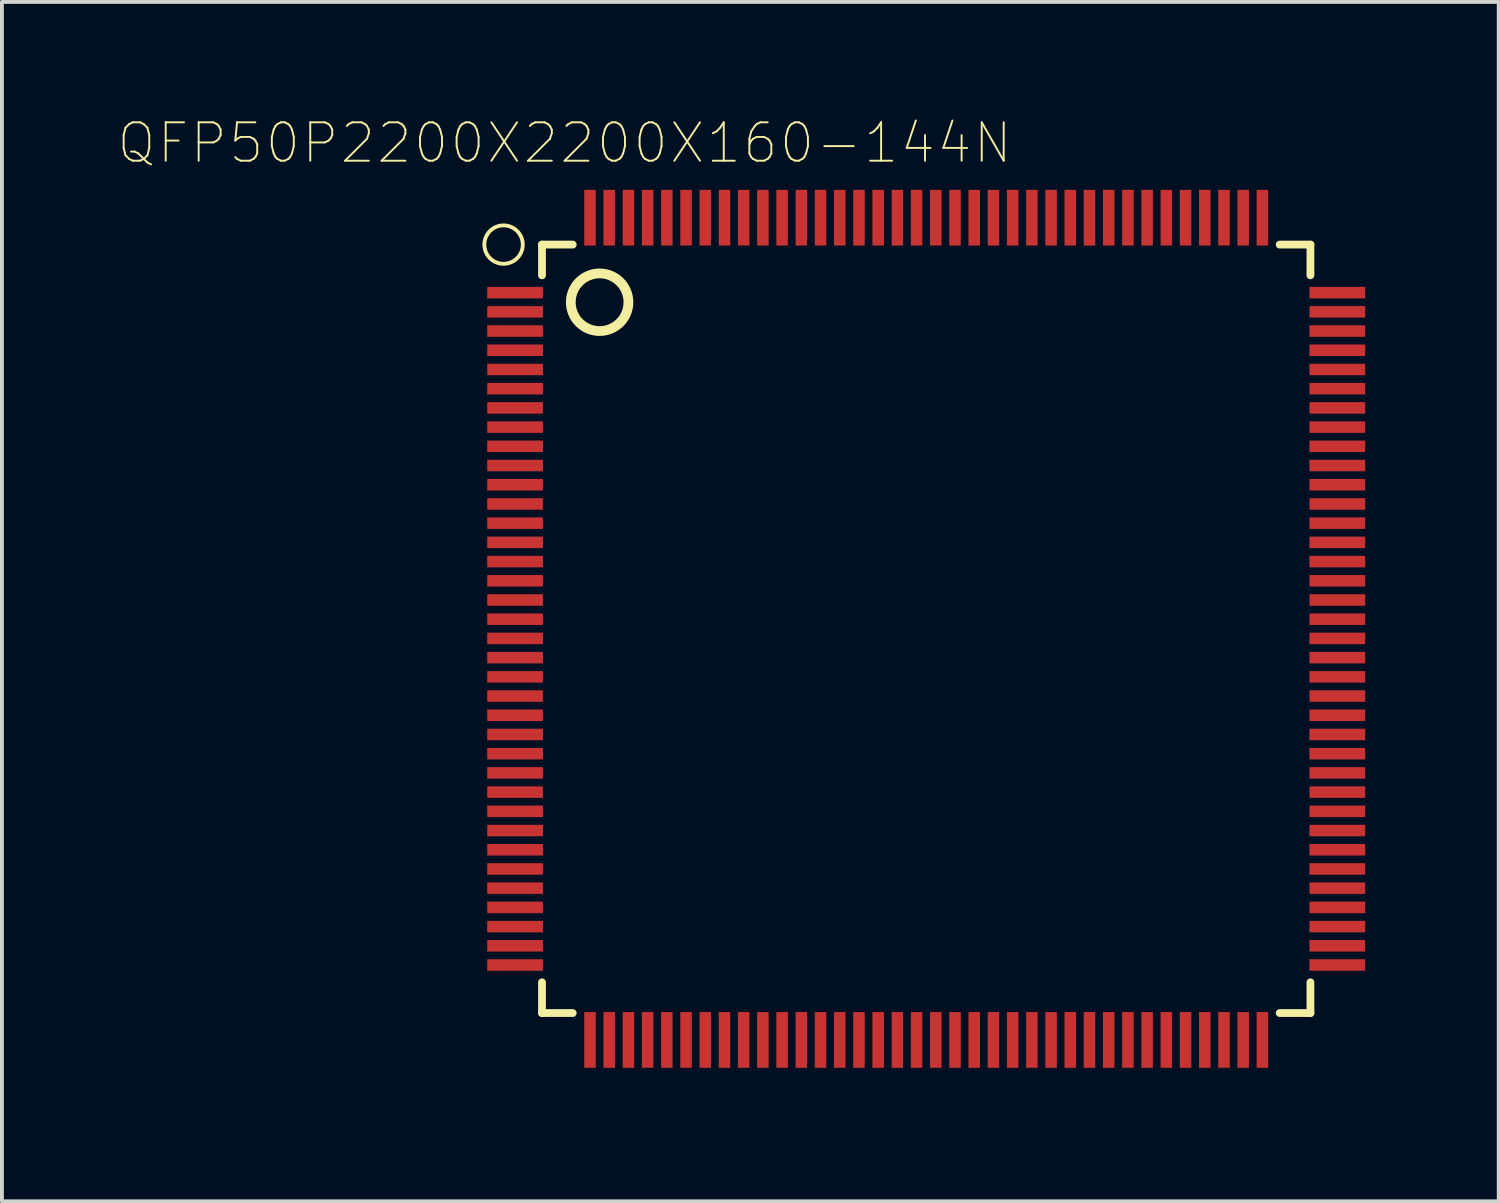
<source format=kicad_pcb>
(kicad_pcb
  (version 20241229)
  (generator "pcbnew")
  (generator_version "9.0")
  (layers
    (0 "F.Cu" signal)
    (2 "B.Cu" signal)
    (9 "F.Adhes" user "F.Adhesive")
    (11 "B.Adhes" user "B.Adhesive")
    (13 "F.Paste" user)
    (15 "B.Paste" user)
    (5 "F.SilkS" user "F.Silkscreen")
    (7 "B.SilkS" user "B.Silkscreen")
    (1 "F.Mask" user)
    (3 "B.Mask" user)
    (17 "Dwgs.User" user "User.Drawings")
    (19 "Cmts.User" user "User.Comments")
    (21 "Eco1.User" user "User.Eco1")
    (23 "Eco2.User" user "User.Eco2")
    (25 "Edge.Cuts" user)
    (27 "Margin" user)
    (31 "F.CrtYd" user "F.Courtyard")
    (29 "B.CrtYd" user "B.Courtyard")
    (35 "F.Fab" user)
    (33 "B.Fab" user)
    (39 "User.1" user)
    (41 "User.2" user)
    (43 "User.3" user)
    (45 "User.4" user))
  (footprint "QFP50P2200X2200X160-144N"
    (layer "F.Cu")
    (at 21.056 13.316)
    (property "Reference" "QFP50P2200X2200X160-144N" (at -9.412 -12.643 0) (layer "F.SilkS") (effects (font (size 1 1) (thickness 0.05))))
    (attr smd)
    (fp_line (start -10 -10) (end -10 -9.2) (stroke (width 0.203) (type solid)) (layer "F.SilkS"))
    (fp_line (start -10 -10) (end -9.2 -10) (stroke (width 0.203) (type solid)) (layer "F.SilkS"))
    (fp_line (start -10 10) (end -10 9.2) (stroke (width 0.203) (type solid)) (layer "F.SilkS"))
    (fp_line (start -10 10) (end -9.2 10) (stroke (width 0.203) (type solid)) (layer "F.SilkS"))
    (fp_line (start 10 -10) (end 9.2 -10) (stroke (width 0.203) (type solid)) (layer "F.SilkS"))
    (fp_line (start 10 -10) (end 10 -9.2) (stroke (width 0.203) (type solid)) (layer "F.SilkS"))
    (fp_line (start 10 10) (end 9.2 10) (stroke (width 0.203) (type solid)) (layer "F.SilkS"))
    (fp_line (start 10 10) (end 10 9.2) (stroke (width 0.203) (type solid)) (layer "F.SilkS"))
    (fp_circle (center -11 -10) (end -10.5 -10) (stroke (width 0.1) (type solid)) (fill no) (layer "F.SilkS"))
    (fp_circle (center -8.5 -8.5) (end -7.75 -8.5) (stroke (width 0.254) (type solid)) (fill no) (layer "F.SilkS"))
    (fp_line (start -11.875 -11.875) (end 11.875 -11.875) (stroke (width 0.05) (type solid)) (layer "Eco1.User"))
    (fp_line (start -11.875 11.875) (end -11.875 -11.875) (stroke (width 0.05) (type solid)) (layer "Eco1.User"))
    (fp_line (start 11.875 -11.875) (end 11.875 11.875) (stroke (width 0.05) (type solid)) (layer "Eco1.User"))
    (fp_line (start 11.875 11.875) (end -11.875 11.875) (stroke (width 0.05) (type solid)) (layer "Eco1.User"))
    (fp_line (start -10 -10) (end -10 10) (stroke (width 0.203) (type solid)) (layer "Eco2.User"))
    (fp_line (start -10 10) (end 10 10) (stroke (width 0.203) (type solid)) (layer "Eco2.User"))
    (fp_line (start 10 -10) (end -10 -10) (stroke (width 0.203) (type solid)) (layer "Eco2.User"))
    (fp_line (start 10 10) (end 10 -10) (stroke (width 0.203) (type solid)) (layer "Eco2.User"))
    (fp_poly (pts (xy -9.967 -7.417) (xy -9.967 -7.096) (xy -10.904 -7.096) (xy -10.904 -7.417)) (stroke (width 0.1) (type solid)) (fill no) (layer "Eco2.User"))
    (fp_poly (pts (xy -9.965 -5.915) (xy -9.965 -5.595) (xy -10.905 -5.595) (xy -10.905 -5.915)) (stroke (width 0.1) (type solid)) (fill no) (layer "Eco2.User"))
    (fp_poly (pts (xy -9.963 -8.913) (xy -9.963 -8.598) (xy -10.902 -8.598) (xy -10.902 -8.913)) (stroke (width 0.1) (type solid)) (fill no) (layer "Eco2.User"))
    (fp_poly (pts (xy -9.963 -3.913) (xy -9.963 -3.593) (xy -10.907 -3.593) (xy -10.907 -3.913)) (stroke (width 0.1) (type solid)) (fill no) (layer "Eco2.User"))
    (fp_poly (pts (xy -9.962 -8.412) (xy -9.962 -8.098) (xy -10.902 -8.098) (xy -10.902 -8.412)) (stroke (width 0.1) (type solid)) (fill no) (layer "Eco2.User"))
    (fp_poly (pts (xy -9.961 -2.911) (xy -9.961 -2.593) (xy -10.907 -2.593) (xy -10.907 -2.911)) (stroke (width 0.1) (type solid)) (fill no) (layer "Eco2.User"))
    (fp_poly (pts (xy -9.961 -1.411) (xy -9.961 -1.091) (xy -10.909 -1.091) (xy -10.909 -1.411)) (stroke (width 0.1) (type solid)) (fill no) (layer "Eco2.User"))
    (fp_poly (pts (xy -9.96 -7.91) (xy -9.96 -7.598) (xy -10.902 -7.598) (xy -10.902 -7.91)) (stroke (width 0.1) (type solid)) (fill no) (layer "Eco2.User"))
    (fp_poly (pts (xy -9.958 -2.408) (xy -9.958 -2.094) (xy -10.906 -2.094) (xy -10.906 -2.408)) (stroke (width 0.1) (type solid)) (fill no) (layer "Eco2.User"))
    (fp_poly (pts (xy -9.957 -4.407) (xy -9.957 -4.097) (xy -10.903 -4.097) (xy -10.903 -4.407)) (stroke (width 0.1) (type solid)) (fill no) (layer "Eco2.User"))
    (fp_poly (pts (xy -9.956 0.094) (xy -9.956 0.407) (xy -10.907 0.407) (xy -10.907 0.094)) (stroke (width 0.1) (type solid)) (fill no) (layer "Eco2.User"))
    (fp_poly (pts (xy -9.956 -5.406) (xy -9.956 -5.098) (xy -10.902 -5.098) (xy -10.902 -5.406)) (stroke (width 0.1) (type solid)) (fill no) (layer "Eco2.User"))
    (fp_poly (pts (xy -9.956 3.594) (xy -9.956 3.913) (xy -10.913 3.913) (xy -10.913 3.594)) (stroke (width 0.1) (type solid)) (fill no) (layer "Eco2.User"))
    (fp_poly (pts (xy -9.955 2.595) (xy -9.955 2.91) (xy -10.91 2.91) (xy -10.91 2.595)) (stroke (width 0.1) (type solid)) (fill no) (layer "Eco2.User"))
    (fp_poly (pts (xy -9.955 1.595) (xy -9.955 1.907) (xy -10.907 1.907) (xy -10.907 1.595)) (stroke (width 0.1) (type solid)) (fill no) (layer "Eco2.User"))
    (fp_poly (pts (xy -9.954 -0.904) (xy -9.954 -0.596) (xy -10.904 -0.596) (xy -10.904 -0.904)) (stroke (width 0.1) (type solid)) (fill no) (layer "Eco2.User"))
    (fp_poly (pts (xy -9.953 3.097) (xy -9.953 3.407) (xy -10.907 3.407) (xy -10.907 3.097)) (stroke (width 0.1) (type solid)) (fill no) (layer "Eco2.User"))
    (fp_poly (pts (xy -9.953 6.097) (xy -9.953 6.415) (xy -10.915 6.415) (xy -10.915 6.097)) (stroke (width 0.1) (type solid)) (fill no) (layer "Eco2.User"))
    (fp_poly (pts (xy -9.953 -6.903) (xy -9.953 -6.599) (xy -10.901 -6.599) (xy -10.901 -6.903)) (stroke (width 0.1) (type solid)) (fill no) (layer "Eco2.User"))
    (fp_poly (pts (xy -9.953 -0.403) (xy -9.953 -0.097) (xy -10.903 -0.097) (xy -10.903 -0.403)) (stroke (width 0.1) (type solid)) (fill no) (layer "Eco2.User"))
    (fp_poly (pts (xy -9.953 -4.903) (xy -9.953 -4.599) (xy -10.901 -4.599) (xy -10.901 -4.903)) (stroke (width 0.1) (type solid)) (fill no) (layer "Eco2.User"))
    (fp_poly (pts (xy -9.952 6.597) (xy -9.952 6.913) (xy -10.914 6.913) (xy -10.914 6.597)) (stroke (width 0.1) (type solid)) (fill no) (layer "Eco2.User"))
    (fp_poly (pts (xy -9.952 4.598) (xy -9.952 4.907) (xy -10.907 4.907) (xy -10.907 4.598)) (stroke (width 0.1) (type solid)) (fill no) (layer "Eco2.User"))
    (fp_poly (pts (xy -9.952 0.598) (xy -9.952 0.903) (xy -10.903 0.903) (xy -10.903 0.598)) (stroke (width 0.1) (type solid)) (fill no) (layer "Eco2.User"))
    (fp_poly (pts (xy -9.952 7.598) (xy -9.952 7.917) (xy -10.917 7.917) (xy -10.917 7.598)) (stroke (width 0.1) (type solid)) (fill no) (layer "Eco2.User"))
    (fp_poly (pts (xy -9.952 -1.902) (xy -9.952 -1.598) (xy -10.902 -1.598) (xy -10.902 -1.902)) (stroke (width 0.1) (type solid)) (fill no) (layer "Eco2.User"))
    (fp_poly (pts (xy -9.952 2.098) (xy -9.952 2.403) (xy -10.903 2.403) (xy -10.903 2.098)) (stroke (width 0.1) (type solid)) (fill no) (layer "Eco2.User"))
    (fp_poly (pts (xy -9.952 7.098) (xy -9.952 7.412) (xy -10.912 7.412) (xy -10.912 7.098)) (stroke (width 0.1) (type solid)) (fill no) (layer "Eco2.User"))
    (fp_poly (pts (xy -9.952 5.598) (xy -9.952 5.906) (xy -10.906 5.906) (xy -10.906 5.598)) (stroke (width 0.1) (type solid)) (fill no) (layer "Eco2.User"))
    (fp_poly (pts (xy -9.951 8.599) (xy -9.951 8.917) (xy -10.917 8.917) (xy -10.917 8.599)) (stroke (width 0.1) (type solid)) (fill no) (layer "Eco2.User"))
    (fp_poly (pts (xy -9.951 5.099) (xy -9.951 5.403) (xy -10.903 5.403) (xy -10.903 5.099)) (stroke (width 0.1) (type solid)) (fill no) (layer "Eco2.User"))
    (fp_poly (pts (xy -9.951 -6.401) (xy -9.951 -6.1) (xy -10.9 -6.1) (xy -10.9 -6.401)) (stroke (width 0.1) (type solid)) (fill no) (layer "Eco2.User"))
    (fp_poly (pts (xy -9.951 -3.401) (xy -9.951 -3.1) (xy -10.9 -3.1) (xy -10.9 -3.401)) (stroke (width 0.1) (type solid)) (fill no) (layer "Eco2.User"))
    (fp_poly (pts (xy -9.95 8.1) (xy -9.95 8.405) (xy -10.905 8.405) (xy -10.905 8.1)) (stroke (width 0.1) (type solid)) (fill no) (layer "Eco2.User"))
    (fp_poly (pts (xy -9.95 1.1) (xy -9.95 1.4) (xy -10.9 1.4) (xy -10.9 1.1)) (stroke (width 0.1) (type solid)) (fill no) (layer "Eco2.User"))
    (fp_poly (pts (xy -9.95 4.1) (xy -9.95 4.4) (xy -10.9 4.4) (xy -10.9 4.1)) (stroke (width 0.1) (type solid)) (fill no) (layer "Eco2.User"))
    (fp_poly (pts (xy -8.603 -10.903) (xy -8.603 -9.95) (xy -8.9 -9.95) (xy -8.9 -10.903)) (stroke (width 0.1) (type solid)) (fill no) (layer "Eco2.User"))
    (fp_poly (pts (xy -8.599 9.951) (xy -8.599 10.916) (xy -8.916 10.916) (xy -8.916 9.951)) (stroke (width 0.1) (type solid)) (fill no) (layer "Eco2.User"))
    (fp_poly (pts (xy -8.115 -10.915) (xy -8.115 -9.951) (xy -8.399 -9.951) (xy -8.399 -10.915)) (stroke (width 0.1) (type solid)) (fill no) (layer "Eco2.User"))
    (fp_poly (pts (xy -8.099 9.951) (xy -8.099 10.907) (xy -8.407 10.907) (xy -8.407 9.951)) (stroke (width 0.1) (type solid)) (fill no) (layer "Eco2.User"))
    (fp_poly (pts (xy -7.605 -10.905) (xy -7.605 -9.95) (xy -7.899 -9.95) (xy -7.899 -10.905)) (stroke (width 0.1) (type solid)) (fill no) (layer "Eco2.User"))
    (fp_poly (pts (xy -7.599 9.951) (xy -7.599 10.906) (xy -7.906 10.906) (xy -7.906 9.951)) (stroke (width 0.1) (type solid)) (fill no) (layer "Eco2.User"))
    (fp_poly (pts (xy -7.116 -10.916) (xy -7.116 -9.952) (xy -7.398 -9.952) (xy -7.398 -10.916)) (stroke (width 0.1) (type solid)) (fill no) (layer "Eco2.User"))
    (fp_poly (pts (xy -7.099 9.951) (xy -7.099 10.908) (xy -7.408 10.908) (xy -7.408 9.951)) (stroke (width 0.1) (type solid)) (fill no) (layer "Eco2.User"))
    (fp_poly (pts (xy -6.61 -10.91) (xy -6.61 -9.952) (xy -6.898 -9.952) (xy -6.898 -10.91)) (stroke (width 0.1) (type solid)) (fill no) (layer "Eco2.User"))
    (fp_poly (pts (xy -6.598 9.951) (xy -6.598 10.907) (xy -6.907 10.907) (xy -6.907 9.951)) (stroke (width 0.1) (type solid)) (fill no) (layer "Eco2.User"))
    (fp_poly (pts (xy -6.112 -10.912) (xy -6.112 -9.953) (xy -6.397 -9.953) (xy -6.397 -10.912)) (stroke (width 0.1) (type solid)) (fill no) (layer "Eco2.User"))
    (fp_poly (pts (xy -6.097 9.953) (xy -6.097 10.915) (xy -6.415 10.915) (xy -6.415 9.953)) (stroke (width 0.1) (type solid)) (fill no) (layer "Eco2.User"))
    (fp_poly (pts (xy -5.605 -10.905) (xy -5.605 -9.951) (xy -5.899 -9.951) (xy -5.899 -10.905)) (stroke (width 0.1) (type solid)) (fill no) (layer "Eco2.User"))
    (fp_poly (pts (xy -5.6 9.95) (xy -5.6 10.9) (xy -5.9 10.9) (xy -5.9 9.95)) (stroke (width 0.1) (type solid)) (fill no) (layer "Eco2.User"))
    (fp_poly (pts (xy -5.103 -10.903) (xy -5.103 -9.951) (xy -5.399 -9.951) (xy -5.399 -10.903)) (stroke (width 0.1) (type solid)) (fill no) (layer "Eco2.User"))
    (fp_poly (pts (xy -5.096 9.954) (xy -5.096 10.914) (xy -5.414 10.914) (xy -5.414 9.954)) (stroke (width 0.1) (type solid)) (fill no) (layer "Eco2.User"))
    (fp_poly (pts (xy -4.614 -10.914) (xy -4.614 -9.955) (xy -4.895 -9.955) (xy -4.895 -10.914)) (stroke (width 0.1) (type solid)) (fill no) (layer "Eco2.User"))
    (fp_poly (pts (xy -4.599 9.951) (xy -4.599 10.902) (xy -4.902 10.902) (xy -4.902 9.951)) (stroke (width 0.1) (type solid)) (fill no) (layer "Eco2.User"))
    (fp_poly (pts (xy -4.103 -10.903) (xy -4.103 -9.951) (xy -4.399 -9.951) (xy -4.399 -10.903)) (stroke (width 0.1) (type solid)) (fill no) (layer "Eco2.User"))
    (fp_poly (pts (xy -4.098 9.952) (xy -4.098 10.905) (xy -4.405 10.905) (xy -4.405 9.952)) (stroke (width 0.1) (type solid)) (fill no) (layer "Eco2.User"))
    (fp_poly (pts (xy -3.605 -10.905) (xy -3.605 -9.952) (xy -3.898 -9.952) (xy -3.898 -10.905)) (stroke (width 0.1) (type solid)) (fill no) (layer "Eco2.User"))
    (fp_poly (pts (xy -3.595 9.955) (xy -3.595 10.912) (xy -3.912 10.912) (xy -3.912 9.955)) (stroke (width 0.1) (type solid)) (fill no) (layer "Eco2.User"))
    (fp_poly (pts (xy -3.109 -10.909) (xy -3.109 -9.954) (xy -3.396 -9.954) (xy -3.396 -10.909)) (stroke (width 0.1) (type solid)) (fill no) (layer "Eco2.User"))
    (fp_poly (pts (xy -3.1 9.95) (xy -3.1 10.901) (xy -3.401 10.901) (xy -3.401 9.95)) (stroke (width 0.1) (type solid)) (fill no) (layer "Eco2.User"))
    (fp_poly (pts (xy -2.607 -10.908) (xy -2.607 -9.954) (xy -2.896 -9.954) (xy -2.896 -10.908)) (stroke (width 0.1) (type solid)) (fill no) (layer "Eco2.User"))
    (fp_poly (pts (xy -2.595 9.955) (xy -2.595 10.91) (xy -2.91 10.91) (xy -2.91 9.955)) (stroke (width 0.1) (type solid)) (fill no) (layer "Eco2.User"))
    (fp_poly (pts (xy -2.112 -10.912) (xy -2.112 -9.957) (xy -2.393 -9.957) (xy -2.393 -10.912)) (stroke (width 0.1) (type solid)) (fill no) (layer "Eco2.User"))
    (fp_poly (pts (xy -2.097 9.953) (xy -2.097 10.905) (xy -2.405 10.905) (xy -2.405 9.953)) (stroke (width 0.1) (type solid)) (fill no) (layer "Eco2.User"))
    (fp_poly (pts (xy -1.607 -10.907) (xy -1.607 -9.954) (xy -1.895 -9.954) (xy -1.895 -10.907)) (stroke (width 0.1) (type solid)) (fill no) (layer "Eco2.User"))
    (fp_poly (pts (xy -1.596 9.953) (xy -1.596 10.905) (xy -1.905 10.905) (xy -1.905 9.953)) (stroke (width 0.1) (type solid)) (fill no) (layer "Eco2.User"))
    (fp_poly (pts (xy -1.106 -10.906) (xy -1.106 -9.954) (xy -1.396 -9.954) (xy -1.396 -10.906)) (stroke (width 0.1) (type solid)) (fill no) (layer "Eco2.User"))
    (fp_poly (pts (xy -1.098 9.952) (xy -1.098 10.903) (xy -1.403 10.903) (xy -1.403 9.952)) (stroke (width 0.1) (type solid)) (fill no) (layer "Eco2.User"))
    (fp_poly (pts (xy -0.611 -10.911) (xy -0.611 -9.959) (xy -0.891 -9.959) (xy -0.891 -10.911)) (stroke (width 0.1) (type solid)) (fill no) (layer "Eco2.User"))
    (fp_poly (pts (xy -0.599 9.951) (xy -0.599 10.902) (xy -0.902 10.902) (xy -0.902 9.951)) (stroke (width 0.1) (type solid)) (fill no) (layer "Eco2.User"))
    (fp_poly (pts (xy -0.109 -10.909) (xy -0.109 -9.958) (xy -0.392 -9.958) (xy -0.392 -10.909)) (stroke (width 0.1) (type solid)) (fill no) (layer "Eco2.User"))
    (fp_poly (pts (xy -0.095 9.955) (xy -0.095 10.905) (xy -0.406 10.905) (xy -0.406 9.955)) (stroke (width 0.1) (type solid)) (fill no) (layer "Eco2.User"))
    (fp_poly (pts (xy 0.395 -10.905) (xy 0.395 -9.955) (xy 0.105 -9.955) (xy 0.105 -10.905)) (stroke (width 0.1) (type solid)) (fill no) (layer "Eco2.User"))
    (fp_poly (pts (xy 0.404 9.954) (xy 0.404 10.904) (xy 0.096 10.904) (xy 0.096 9.954)) (stroke (width 0.1) (type solid)) (fill no) (layer "Eco2.User"))
    (fp_poly (pts (xy 0.896 -10.903) (xy 0.896 -9.954) (xy 0.604 -9.954) (xy 0.604 -10.903)) (stroke (width 0.1) (type solid)) (fill no) (layer "Eco2.User"))
    (fp_poly (pts (xy 0.91 9.96) (xy 0.91 10.909) (xy 0.59 10.909) (xy 0.59 9.96)) (stroke (width 0.1) (type solid)) (fill no) (layer "Eco2.User"))
    (fp_poly (pts (xy 1.394 -10.906) (xy 1.394 -9.957) (xy 1.107 -9.957) (xy 1.107 -10.906)) (stroke (width 0.1) (type solid)) (fill no) (layer "Eco2.User"))
    (fp_poly (pts (xy 1.402 9.952) (xy 1.402 10.902) (xy 1.098 10.902) (xy 1.098 9.952)) (stroke (width 0.1) (type solid)) (fill no) (layer "Eco2.User"))
    (fp_poly (pts (xy 1.891 -10.909) (xy 1.891 -9.961) (xy 1.611 -9.961) (xy 1.611 -10.909)) (stroke (width 0.1) (type solid)) (fill no) (layer "Eco2.User"))
    (fp_poly (pts (xy 1.91 9.96) (xy 1.91 10.908) (xy 1.592 10.908) (xy 1.592 9.96)) (stroke (width 0.1) (type solid)) (fill no) (layer "Eco2.User"))
    (fp_poly (pts (xy 2.392 -10.908) (xy 2.392 -9.961) (xy 2.111 -9.961) (xy 2.111 -10.908)) (stroke (width 0.1) (type solid)) (fill no) (layer "Eco2.User"))
    (fp_poly (pts (xy 2.408 9.958) (xy 2.408 10.905) (xy 2.095 10.905) (xy 2.095 9.958)) (stroke (width 0.1) (type solid)) (fill no) (layer "Eco2.User"))
    (fp_poly (pts (xy 2.894 -10.906) (xy 2.894 -9.96) (xy 2.61 -9.96) (xy 2.61 -10.906)) (stroke (width 0.1) (type solid)) (fill no) (layer "Eco2.User"))
    (fp_poly (pts (xy 2.909 9.959) (xy 2.909 10.906) (xy 2.594 10.906) (xy 2.594 9.959)) (stroke (width 0.1) (type solid)) (fill no) (layer "Eco2.User"))
    (fp_poly (pts (xy 3.396 -10.904) (xy 3.396 -9.958) (xy 3.108 -9.958) (xy 3.108 -10.904)) (stroke (width 0.1) (type solid)) (fill no) (layer "Eco2.User"))
    (fp_poly (pts (xy 3.406 9.956) (xy 3.406 10.903) (xy 3.097 10.903) (xy 3.097 9.956)) (stroke (width 0.1) (type solid)) (fill no) (layer "Eco2.User"))
    (fp_poly (pts (xy 3.896 -10.903) (xy 3.896 -9.957) (xy 3.607 -9.957) (xy 3.607 -10.903)) (stroke (width 0.1) (type solid)) (fill no) (layer "Eco2.User"))
    (fp_poly (pts (xy 3.901 9.951) (xy 3.901 10.9) (xy 3.599 10.9) (xy 3.599 9.951)) (stroke (width 0.1) (type solid)) (fill no) (layer "Eco2.User"))
    (fp_poly (pts (xy 4.394 -10.906) (xy 4.394 -9.963) (xy 4.113 -9.963) (xy 4.113 -10.906)) (stroke (width 0.1) (type solid)) (fill no) (layer "Eco2.User"))
    (fp_poly (pts (xy 4.402 9.952) (xy 4.402 10.901) (xy 4.099 10.901) (xy 4.099 9.952)) (stroke (width 0.1) (type solid)) (fill no) (layer "Eco2.User"))
    (fp_poly (pts (xy 4.895 -10.904) (xy 4.895 -9.961) (xy 4.611 -9.961) (xy 4.611 -10.904)) (stroke (width 0.1) (type solid)) (fill no) (layer "Eco2.User"))
    (fp_poly (pts (xy 4.906 9.956) (xy 4.906 10.902) (xy 4.597 10.902) (xy 4.597 9.956)) (stroke (width 0.1) (type solid)) (fill no) (layer "Eco2.User"))
    (fp_poly (pts (xy 5.397 -10.903) (xy 5.397 -9.959) (xy 5.109 -9.959) (xy 5.109 -10.903)) (stroke (width 0.1) (type solid)) (fill no) (layer "Eco2.User"))
    (fp_poly (pts (xy 5.404 9.954) (xy 5.404 10.901) (xy 5.099 10.901) (xy 5.099 9.954)) (stroke (width 0.1) (type solid)) (fill no) (layer "Eco2.User"))
    (fp_poly (pts (xy 5.897 -10.903) (xy 5.897 -9.96) (xy 5.61 -9.96) (xy 5.61 -10.903)) (stroke (width 0.1) (type solid)) (fill no) (layer "Eco2.User"))
    (fp_poly (pts (xy 5.911 9.961) (xy 5.911 10.904) (xy 5.596 10.904) (xy 5.596 9.961)) (stroke (width 0.1) (type solid)) (fill no) (layer "Eco2.User"))
    (fp_poly (pts (xy 6.397 -10.903) (xy 6.397 -9.959) (xy 6.11 -9.959) (xy 6.11 -10.903)) (stroke (width 0.1) (type solid)) (fill no) (layer "Eco2.User"))
    (fp_poly (pts (xy 6.409 9.959) (xy 6.409 10.903) (xy 6.097 10.903) (xy 6.097 9.959)) (stroke (width 0.1) (type solid)) (fill no) (layer "Eco2.User"))
    (fp_poly (pts (xy 6.898 -10.902) (xy 6.898 -9.957) (xy 6.607 -9.957) (xy 6.607 -10.902)) (stroke (width 0.1) (type solid)) (fill no) (layer "Eco2.User"))
    (fp_poly (pts (xy 6.911 9.961) (xy 6.911 10.903) (xy 6.597 10.903) (xy 6.597 9.961)) (stroke (width 0.1) (type solid)) (fill no) (layer "Eco2.User"))
    (fp_poly (pts (xy 7.398 -10.902) (xy 7.398 -9.961) (xy 7.111 -9.961) (xy 7.111 -10.902)) (stroke (width 0.1) (type solid)) (fill no) (layer "Eco2.User"))
    (fp_poly (pts (xy 7.415 9.965) (xy 7.415 10.903) (xy 7.097 10.903) (xy 7.097 9.965)) (stroke (width 0.1) (type solid)) (fill no) (layer "Eco2.User"))
    (fp_poly (pts (xy 7.897 -10.903) (xy 7.897 -9.967) (xy 7.617 -9.967) (xy 7.617 -10.903)) (stroke (width 0.1) (type solid)) (fill no) (layer "Eco2.User"))
    (fp_poly (pts (xy 7.918 9.968) (xy 7.918 10.903) (xy 7.597 10.903) (xy 7.597 9.968)) (stroke (width 0.1) (type solid)) (fill no) (layer "Eco2.User"))
    (fp_poly (pts (xy 8.398 -10.902) (xy 8.398 -9.963) (xy 8.113 -9.963) (xy 8.113 -10.902)) (stroke (width 0.1) (type solid)) (fill no) (layer "Eco2.User"))
    (fp_poly (pts (xy 8.408 9.957) (xy 8.408 10.901) (xy 8.099 10.901) (xy 8.099 9.957)) (stroke (width 0.1) (type solid)) (fill no) (layer "Eco2.User"))
    (fp_poly (pts (xy 8.9 -10.9) (xy 8.9 -9.953) (xy 8.603 -9.953) (xy 8.603 -10.9)) (stroke (width 0.1) (type solid)) (fill no) (layer "Eco2.User"))
    (fp_poly (pts (xy 8.901 9.951) (xy 8.901 10.9) (xy 8.6 10.9) (xy 8.6 9.951)) (stroke (width 0.1) (type solid)) (fill no) (layer "Eco2.User"))
    (fp_poly (pts (xy 10.9 -8.9) (xy 10.9 -8.601) (xy 9.951 -8.601) (xy 9.951 -8.9)) (stroke (width 0.1) (type solid)) (fill no) (layer "Eco2.User"))
    (fp_poly (pts (xy 10.9 -6.4) (xy 10.9 -6.101) (xy 9.951 -6.101) (xy 9.951 -6.4)) (stroke (width 0.1) (type solid)) (fill no) (layer "Eco2.User"))
    (fp_poly (pts (xy 10.9 -8.4) (xy 10.9 -8.103) (xy 9.953 -8.103) (xy 9.953 -8.4)) (stroke (width 0.1) (type solid)) (fill no) (layer "Eco2.User"))
    (fp_poly (pts (xy 10.9 4.601) (xy 10.9 4.9) (xy 9.95 4.9) (xy 9.95 4.601)) (stroke (width 0.1) (type solid)) (fill no) (layer "Eco2.User"))
    (fp_poly (pts (xy 10.901 -2.899) (xy 10.901 -2.601) (xy 9.951 -2.601) (xy 9.951 -2.899)) (stroke (width 0.1) (type solid)) (fill no) (layer "Eco2.User"))
    (fp_poly (pts (xy 10.901 1.601) (xy 10.901 1.899) (xy 9.951 1.899) (xy 9.951 1.601)) (stroke (width 0.1) (type solid)) (fill no) (layer "Eco2.User"))
    (fp_poly (pts (xy 10.901 3.101) (xy 10.901 3.399) (xy 9.951 3.399) (xy 9.951 3.101)) (stroke (width 0.1) (type solid)) (fill no) (layer "Eco2.User"))
    (fp_poly (pts (xy 10.901 -7.899) (xy 10.901 -7.608) (xy 9.958 -7.608) (xy 9.958 -7.899)) (stroke (width 0.1) (type solid)) (fill no) (layer "Eco2.User"))
    (fp_poly (pts (xy 10.901 -7.399) (xy 10.901 -7.107) (xy 9.956 -7.107) (xy 9.956 -7.399)) (stroke (width 0.1) (type solid)) (fill no) (layer "Eco2.User"))
    (fp_poly (pts (xy 10.901 2.101) (xy 10.901 2.399) (xy 9.951 2.399) (xy 9.951 2.101)) (stroke (width 0.1) (type solid)) (fill no) (layer "Eco2.User"))
    (fp_poly (pts (xy 10.901 5.101) (xy 10.901 5.4) (xy 9.95 5.4) (xy 9.95 5.101)) (stroke (width 0.1) (type solid)) (fill no) (layer "Eco2.User"))
    (fp_poly (pts (xy 10.902 5.602) (xy 10.902 5.899) (xy 9.95 5.899) (xy 9.95 5.602)) (stroke (width 0.1) (type solid)) (fill no) (layer "Eco2.User"))
    (fp_poly (pts (xy 10.902 2.602) (xy 10.902 2.899) (xy 9.951 2.899) (xy 9.951 2.602)) (stroke (width 0.1) (type solid)) (fill no) (layer "Eco2.User"))
    (fp_poly (pts (xy 10.902 3.602) (xy 10.902 3.899) (xy 9.951 3.899) (xy 9.951 3.602)) (stroke (width 0.1) (type solid)) (fill no) (layer "Eco2.User"))
    (fp_poly (pts (xy 10.902 -4.398) (xy 10.902 -4.105) (xy 9.955 -4.105) (xy 9.955 -4.398)) (stroke (width 0.1) (type solid)) (fill no) (layer "Eco2.User"))
    (fp_poly (pts (xy 10.902 -6.897) (xy 10.902 -6.611) (xy 9.961 -6.611) (xy 9.961 -6.897)) (stroke (width 0.1) (type solid)) (fill no) (layer "Eco2.User"))
    (fp_poly (pts (xy 10.903 -1.397) (xy 10.903 -1.103) (xy 9.953 -1.103) (xy 9.953 -1.397)) (stroke (width 0.1) (type solid)) (fill no) (layer "Eco2.User"))
    (fp_poly (pts (xy 10.903 -2.397) (xy 10.903 -2.104) (xy 9.954 -2.104) (xy 9.954 -2.397)) (stroke (width 0.1) (type solid)) (fill no) (layer "Eco2.User"))
    (fp_poly (pts (xy 10.903 0.603) (xy 10.903 0.897) (xy 9.953 0.897) (xy 9.953 0.603)) (stroke (width 0.1) (type solid)) (fill no) (layer "Eco2.User"))
    (fp_poly (pts (xy 10.904 -5.396) (xy 10.904 -5.11) (xy 9.96 -5.11) (xy 9.96 -5.396)) (stroke (width 0.1) (type solid)) (fill no) (layer "Eco2.User"))
    (fp_poly (pts (xy 10.905 -5.895) (xy 10.905 -5.615) (xy 9.965 -5.615) (xy 9.965 -5.895)) (stroke (width 0.1) (type solid)) (fill no) (layer "Eco2.User"))
    (fp_poly (pts (xy 10.905 -3.895) (xy 10.905 -3.609) (xy 9.959 -3.609) (xy 9.959 -3.895)) (stroke (width 0.1) (type solid)) (fill no) (layer "Eco2.User"))
    (fp_poly (pts (xy 10.905 -3.395) (xy 10.905 -3.109) (xy 9.959 -3.109) (xy 9.959 -3.395)) (stroke (width 0.1) (type solid)) (fill no) (layer "Eco2.User"))
    (fp_poly (pts (xy 10.905 -0.395) (xy 10.905 -0.105) (xy 9.955 -0.105) (xy 9.955 -0.395)) (stroke (width 0.1) (type solid)) (fill no) (layer "Eco2.User"))
    (fp_poly (pts (xy 10.905 -4.894) (xy 10.905 -4.614) (xy 9.964 -4.614) (xy 9.964 -4.894)) (stroke (width 0.1) (type solid)) (fill no) (layer "Eco2.User"))
    (fp_poly (pts (xy 10.906 8.606) (xy 10.906 8.9) (xy 9.95 8.9) (xy 9.95 8.606)) (stroke (width 0.1) (type solid)) (fill no) (layer "Eco2.User"))
    (fp_poly (pts (xy 10.906 -1.893) (xy 10.906 -1.608) (xy 9.958 -1.608) (xy 9.958 -1.893)) (stroke (width 0.1) (type solid)) (fill no) (layer "Eco2.User"))
    (fp_poly (pts (xy 10.907 -0.893) (xy 10.907 -0.607) (xy 9.957 -0.607) (xy 9.957 -0.893)) (stroke (width 0.1) (type solid)) (fill no) (layer "Eco2.User"))
    (fp_poly (pts (xy 10.908 4.108) (xy 10.908 4.397) (xy 9.953 4.397) (xy 9.953 4.108)) (stroke (width 0.1) (type solid)) (fill no) (layer "Eco2.User"))
    (fp_poly (pts (xy 10.908 6.108) (xy 10.908 6.398) (xy 9.952 6.398) (xy 9.952 6.108)) (stroke (width 0.1) (type solid)) (fill no) (layer "Eco2.User"))
    (fp_poly (pts (xy 10.908 0.109) (xy 10.908 0.393) (xy 9.957 0.393) (xy 9.957 0.109)) (stroke (width 0.1) (type solid)) (fill no) (layer "Eco2.User"))
    (fp_poly (pts (xy 10.911 1.111) (xy 10.911 1.392) (xy 9.958 1.392) (xy 9.958 1.111)) (stroke (width 0.1) (type solid)) (fill no) (layer "Eco2.User"))
    (fp_poly (pts (xy 10.914 6.614) (xy 10.914 6.897) (xy 9.952 6.897) (xy 9.952 6.614)) (stroke (width 0.1) (type solid)) (fill no) (layer "Eco2.User"))
    (fp_poly (pts (xy 10.915 7.115) (xy 10.915 7.398) (xy 9.952 7.398) (xy 9.952 7.115)) (stroke (width 0.1) (type solid)) (fill no) (layer "Eco2.User"))
    (fp_poly (pts (xy 10.917 7.617) (xy 10.917 7.898) (xy 9.952 7.898) (xy 9.952 7.617)) (stroke (width 0.1) (type solid)) (fill no) (layer "Eco2.User"))
    (fp_poly (pts (xy 10.918 8.118) (xy 10.918 8.399) (xy 9.951 8.399) (xy 9.951 8.118)) (stroke (width 0.1) (type solid)) (fill no) (layer "Eco2.User"))
    (pad "1" smd rect (at -10.7 -8.75) (size 1.45 0.3) (layers "F.Cu" "F.Mask" "F.Paste"))
    (pad "2" smd rect (at -10.7 -8.25) (size 1.45 0.3) (layers "F.Cu" "F.Mask" "F.Paste"))
    (pad "3" smd rect (at -10.7 -7.75) (size 1.45 0.3) (layers "F.Cu" "F.Mask" "F.Paste"))
    (pad "4" smd rect (at -10.7 -7.25) (size 1.45 0.3) (layers "F.Cu" "F.Mask" "F.Paste"))
    (pad "5" smd rect (at -10.7 -6.75) (size 1.45 0.3) (layers "F.Cu" "F.Mask" "F.Paste"))
    (pad "6" smd rect (at -10.7 -6.25) (size 1.45 0.3) (layers "F.Cu" "F.Mask" "F.Paste"))
    (pad "7" smd rect (at -10.7 -5.75) (size 1.45 0.3) (layers "F.Cu" "F.Mask" "F.Paste"))
    (pad "8" smd rect (at -10.7 -5.25) (size 1.45 0.3) (layers "F.Cu" "F.Mask" "F.Paste"))
    (pad "9" smd rect (at -10.7 -4.75) (size 1.45 0.3) (layers "F.Cu" "F.Mask" "F.Paste"))
    (pad "10" smd rect (at -10.7 -4.25) (size 1.45 0.3) (layers "F.Cu" "F.Mask" "F.Paste"))
    (pad "11" smd rect (at -10.7 -3.75) (size 1.45 0.3) (layers "F.Cu" "F.Mask" "F.Paste"))
    (pad "12" smd rect (at -10.7 -3.25) (size 1.45 0.3) (layers "F.Cu" "F.Mask" "F.Paste"))
    (pad "13" smd rect (at -10.7 -2.75) (size 1.45 0.3) (layers "F.Cu" "F.Mask" "F.Paste"))
    (pad "14" smd rect (at -10.7 -2.25) (size 1.45 0.3) (layers "F.Cu" "F.Mask" "F.Paste"))
    (pad "15" smd rect (at -10.7 -1.75) (size 1.45 0.3) (layers "F.Cu" "F.Mask" "F.Paste"))
    (pad "16" smd rect (at -10.7 -1.25) (size 1.45 0.3) (layers "F.Cu" "F.Mask" "F.Paste"))
    (pad "17" smd rect (at -10.7 -0.75) (size 1.45 0.3) (layers "F.Cu" "F.Mask" "F.Paste"))
    (pad "18" smd rect (at -10.7 -0.25) (size 1.45 0.3) (layers "F.Cu" "F.Mask" "F.Paste"))
    (pad "19" smd rect (at -10.7 0.25) (size 1.45 0.3) (layers "F.Cu" "F.Mask" "F.Paste"))
    (pad "20" smd rect (at -10.7 0.75) (size 1.45 0.3) (layers "F.Cu" "F.Mask" "F.Paste"))
    (pad "21" smd rect (at -10.7 1.25) (size 1.45 0.3) (layers "F.Cu" "F.Mask" "F.Paste"))
    (pad "22" smd rect (at -10.7 1.75) (size 1.45 0.3) (layers "F.Cu" "F.Mask" "F.Paste"))
    (pad "23" smd rect (at -10.7 2.25) (size 1.45 0.3) (layers "F.Cu" "F.Mask" "F.Paste"))
    (pad "24" smd rect (at -10.7 2.75) (size 1.45 0.3) (layers "F.Cu" "F.Mask" "F.Paste"))
    (pad "25" smd rect (at -10.7 3.25) (size 1.45 0.3) (layers "F.Cu" "F.Mask" "F.Paste"))
    (pad "26" smd rect (at -10.7 3.75) (size 1.45 0.3) (layers "F.Cu" "F.Mask" "F.Paste"))
    (pad "27" smd rect (at -10.7 4.25) (size 1.45 0.3) (layers "F.Cu" "F.Mask" "F.Paste"))
    (pad "28" smd rect (at -10.7 4.75) (size 1.45 0.3) (layers "F.Cu" "F.Mask" "F.Paste"))
    (pad "29" smd rect (at -10.7 5.25) (size 1.45 0.3) (layers "F.Cu" "F.Mask" "F.Paste"))
    (pad "30" smd rect (at -10.7 5.75) (size 1.45 0.3) (layers "F.Cu" "F.Mask" "F.Paste"))
    (pad "31" smd rect (at -10.7 6.25) (size 1.45 0.3) (layers "F.Cu" "F.Mask" "F.Paste"))
    (pad "32" smd rect (at -10.7 6.75) (size 1.45 0.3) (layers "F.Cu" "F.Mask" "F.Paste"))
    (pad "33" smd rect (at -10.7 7.25) (size 1.45 0.3) (layers "F.Cu" "F.Mask" "F.Paste"))
    (pad "34" smd rect (at -10.7 7.75) (size 1.45 0.3) (layers "F.Cu" "F.Mask" "F.Paste"))
    (pad "35" smd rect (at -10.7 8.25) (size 1.45 0.3) (layers "F.Cu" "F.Mask" "F.Paste"))
    (pad "36" smd rect (at -10.7 8.75) (size 1.45 0.3) (layers "F.Cu" "F.Mask" "F.Paste"))
    (pad "37" smd rect (at -8.75 10.7 270) (size 1.45 0.3) (layers "F.Cu" "F.Mask" "F.Paste"))
    (pad "38" smd rect (at -8.25 10.7 270) (size 1.45 0.3) (layers "F.Cu" "F.Mask" "F.Paste"))
    (pad "39" smd rect (at -7.75 10.7 270) (size 1.45 0.3) (layers "F.Cu" "F.Mask" "F.Paste"))
    (pad "40" smd rect (at -7.25 10.7 270) (size 1.45 0.3) (layers "F.Cu" "F.Mask" "F.Paste"))
    (pad "41" smd rect (at -6.75 10.7 270) (size 1.45 0.3) (layers "F.Cu" "F.Mask" "F.Paste"))
    (pad "42" smd rect (at -6.25 10.7 270) (size 1.45 0.3) (layers "F.Cu" "F.Mask" "F.Paste"))
    (pad "43" smd rect (at -5.75 10.7 270) (size 1.45 0.3) (layers "F.Cu" "F.Mask" "F.Paste"))
    (pad "44" smd rect (at -5.25 10.7 270) (size 1.45 0.3) (layers "F.Cu" "F.Mask" "F.Paste"))
    (pad "45" smd rect (at -4.75 10.7 270) (size 1.45 0.3) (layers "F.Cu" "F.Mask" "F.Paste"))
    (pad "46" smd rect (at -4.25 10.7 270) (size 1.45 0.3) (layers "F.Cu" "F.Mask" "F.Paste"))
    (pad "47" smd rect (at -3.75 10.7 270) (size 1.45 0.3) (layers "F.Cu" "F.Mask" "F.Paste"))
    (pad "48" smd rect (at -3.25 10.7 270) (size 1.45 0.3) (layers "F.Cu" "F.Mask" "F.Paste"))
    (pad "49" smd rect (at -2.75 10.7 270) (size 1.45 0.3) (layers "F.Cu" "F.Mask" "F.Paste"))
    (pad "50" smd rect (at -2.25 10.7 270) (size 1.45 0.3) (layers "F.Cu" "F.Mask" "F.Paste"))
    (pad "51" smd rect (at -1.75 10.7 270) (size 1.45 0.3) (layers "F.Cu" "F.Mask" "F.Paste"))
    (pad "52" smd rect (at -1.25 10.7 270) (size 1.45 0.3) (layers "F.Cu" "F.Mask" "F.Paste"))
    (pad "53" smd rect (at -0.75 10.7 270) (size 1.45 0.3) (layers "F.Cu" "F.Mask" "F.Paste"))
    (pad "54" smd rect (at -0.25 10.7 270) (size 1.45 0.3) (layers "F.Cu" "F.Mask" "F.Paste"))
    (pad "55" smd rect (at 0.25 10.7 270) (size 1.45 0.3) (layers "F.Cu" "F.Mask" "F.Paste"))
    (pad "56" smd rect (at 0.75 10.7 270) (size 1.45 0.3) (layers "F.Cu" "F.Mask" "F.Paste"))
    (pad "57" smd rect (at 1.25 10.7 270) (size 1.45 0.3) (layers "F.Cu" "F.Mask" "F.Paste"))
    (pad "58" smd rect (at 1.75 10.7 270) (size 1.45 0.3) (layers "F.Cu" "F.Mask" "F.Paste"))
    (pad "59" smd rect (at 2.25 10.7 270) (size 1.45 0.3) (layers "F.Cu" "F.Mask" "F.Paste"))
    (pad "60" smd rect (at 2.75 10.7 270) (size 1.45 0.3) (layers "F.Cu" "F.Mask" "F.Paste"))
    (pad "61" smd rect (at 3.25 10.7 270) (size 1.45 0.3) (layers "F.Cu" "F.Mask" "F.Paste"))
    (pad "62" smd rect (at 3.75 10.7 270) (size 1.45 0.3) (layers "F.Cu" "F.Mask" "F.Paste"))
    (pad "63" smd rect (at 4.25 10.7 270) (size 1.45 0.3) (layers "F.Cu" "F.Mask" "F.Paste"))
    (pad "64" smd rect (at 4.75 10.7 270) (size 1.45 0.3) (layers "F.Cu" "F.Mask" "F.Paste"))
    (pad "65" smd rect (at 5.25 10.7 270) (size 1.45 0.3) (layers "F.Cu" "F.Mask" "F.Paste"))
    (pad "66" smd rect (at 5.75 10.7 270) (size 1.45 0.3) (layers "F.Cu" "F.Mask" "F.Paste"))
    (pad "67" smd rect (at 6.25 10.7 270) (size 1.45 0.3) (layers "F.Cu" "F.Mask" "F.Paste"))
    (pad "68" smd rect (at 6.75 10.7 270) (size 1.45 0.3) (layers "F.Cu" "F.Mask" "F.Paste"))
    (pad "69" smd rect (at 7.25 10.7 270) (size 1.45 0.3) (layers "F.Cu" "F.Mask" "F.Paste"))
    (pad "70" smd rect (at 7.75 10.7 270) (size 1.45 0.3) (layers "F.Cu" "F.Mask" "F.Paste"))
    (pad "71" smd rect (at 8.25 10.7 270) (size 1.45 0.3) (layers "F.Cu" "F.Mask" "F.Paste"))
    (pad "72" smd rect (at 8.75 10.7 270) (size 1.45 0.3) (layers "F.Cu" "F.Mask" "F.Paste"))
    (pad "73" smd rect (at 10.7 8.75) (size 1.45 0.3) (layers "F.Cu" "F.Mask" "F.Paste"))
    (pad "74" smd rect (at 10.7 8.25) (size 1.45 0.3) (layers "F.Cu" "F.Mask" "F.Paste"))
    (pad "75" smd rect (at 10.7 7.75) (size 1.45 0.3) (layers "F.Cu" "F.Mask" "F.Paste"))
    (pad "76" smd rect (at 10.7 7.25) (size 1.45 0.3) (layers "F.Cu" "F.Mask" "F.Paste"))
    (pad "77" smd rect (at 10.7 6.75) (size 1.45 0.3) (layers "F.Cu" "F.Mask" "F.Paste"))
    (pad "78" smd rect (at 10.7 6.25) (size 1.45 0.3) (layers "F.Cu" "F.Mask" "F.Paste"))
    (pad "79" smd rect (at 10.7 5.75) (size 1.45 0.3) (layers "F.Cu" "F.Mask" "F.Paste"))
    (pad "80" smd rect (at 10.7 5.25) (size 1.45 0.3) (layers "F.Cu" "F.Mask" "F.Paste"))
    (pad "81" smd rect (at 10.7 4.75) (size 1.45 0.3) (layers "F.Cu" "F.Mask" "F.Paste"))
    (pad "82" smd rect (at 10.7 4.25) (size 1.45 0.3) (layers "F.Cu" "F.Mask" "F.Paste"))
    (pad "83" smd rect (at 10.7 3.75) (size 1.45 0.3) (layers "F.Cu" "F.Mask" "F.Paste"))
    (pad "84" smd rect (at 10.7 3.25) (size 1.45 0.3) (layers "F.Cu" "F.Mask" "F.Paste"))
    (pad "85" smd rect (at 10.7 2.75) (size 1.45 0.3) (layers "F.Cu" "F.Mask" "F.Paste"))
    (pad "86" smd rect (at 10.7 2.25) (size 1.45 0.3) (layers "F.Cu" "F.Mask" "F.Paste"))
    (pad "87" smd rect (at 10.7 1.75) (size 1.45 0.3) (layers "F.Cu" "F.Mask" "F.Paste"))
    (pad "88" smd rect (at 10.7 1.25) (size 1.45 0.3) (layers "F.Cu" "F.Mask" "F.Paste"))
    (pad "89" smd rect (at 10.7 0.75) (size 1.45 0.3) (layers "F.Cu" "F.Mask" "F.Paste"))
    (pad "90" smd rect (at 10.7 0.25) (size 1.45 0.3) (layers "F.Cu" "F.Mask" "F.Paste"))
    (pad "91" smd rect (at 10.7 -0.25) (size 1.45 0.3) (layers "F.Cu" "F.Mask" "F.Paste"))
    (pad "92" smd rect (at 10.7 -0.75) (size 1.45 0.3) (layers "F.Cu" "F.Mask" "F.Paste"))
    (pad "93" smd rect (at 10.7 -1.25) (size 1.45 0.3) (layers "F.Cu" "F.Mask" "F.Paste"))
    (pad "94" smd rect (at 10.7 -1.75) (size 1.45 0.3) (layers "F.Cu" "F.Mask" "F.Paste"))
    (pad "95" smd rect (at 10.7 -2.25) (size 1.45 0.3) (layers "F.Cu" "F.Mask" "F.Paste"))
    (pad "96" smd rect (at 10.7 -2.75) (size 1.45 0.3) (layers "F.Cu" "F.Mask" "F.Paste"))
    (pad "97" smd rect (at 10.7 -3.25) (size 1.45 0.3) (layers "F.Cu" "F.Mask" "F.Paste"))
    (pad "98" smd rect (at 10.7 -3.75) (size 1.45 0.3) (layers "F.Cu" "F.Mask" "F.Paste"))
    (pad "99" smd rect (at 10.7 -4.25) (size 1.45 0.3) (layers "F.Cu" "F.Mask" "F.Paste"))
    (pad "100" smd rect (at 10.7 -4.75) (size 1.45 0.3) (layers "F.Cu" "F.Mask" "F.Paste"))
    (pad "101" smd rect (at 10.7 -5.25) (size 1.45 0.3) (layers "F.Cu" "F.Mask" "F.Paste"))
    (pad "102" smd rect (at 10.7 -5.75) (size 1.45 0.3) (layers "F.Cu" "F.Mask" "F.Paste"))
    (pad "103" smd rect (at 10.7 -6.25) (size 1.45 0.3) (layers "F.Cu" "F.Mask" "F.Paste"))
    (pad "104" smd rect (at 10.7 -6.75) (size 1.45 0.3) (layers "F.Cu" "F.Mask" "F.Paste"))
    (pad "105" smd rect (at 10.7 -7.25) (size 1.45 0.3) (layers "F.Cu" "F.Mask" "F.Paste"))
    (pad "106" smd rect (at 10.7 -7.75) (size 1.45 0.3) (layers "F.Cu" "F.Mask" "F.Paste"))
    (pad "107" smd rect (at 10.7 -8.25) (size 1.45 0.3) (layers "F.Cu" "F.Mask" "F.Paste"))
    (pad "108" smd rect (at 10.7 -8.75) (size 1.45 0.3) (layers "F.Cu" "F.Mask" "F.Paste"))
    (pad "109" smd rect (at 8.75 -10.7 270) (size 1.45 0.3) (layers "F.Cu" "F.Mask" "F.Paste"))
    (pad "110" smd rect (at 8.25 -10.7 270) (size 1.45 0.3) (layers "F.Cu" "F.Mask" "F.Paste"))
    (pad "111" smd rect (at 7.75 -10.7 270) (size 1.45 0.3) (layers "F.Cu" "F.Mask" "F.Paste"))
    (pad "112" smd rect (at 7.25 -10.7 270) (size 1.45 0.3) (layers "F.Cu" "F.Mask" "F.Paste"))
    (pad "113" smd rect (at 6.75 -10.7 270) (size 1.45 0.3) (layers "F.Cu" "F.Mask" "F.Paste"))
    (pad "114" smd rect (at 6.25 -10.7 270) (size 1.45 0.3) (layers "F.Cu" "F.Mask" "F.Paste"))
    (pad "115" smd rect (at 5.75 -10.7 270) (size 1.45 0.3) (layers "F.Cu" "F.Mask" "F.Paste"))
    (pad "116" smd rect (at 5.25 -10.7 270) (size 1.45 0.3) (layers "F.Cu" "F.Mask" "F.Paste"))
    (pad "117" smd rect (at 4.75 -10.7 270) (size 1.45 0.3) (layers "F.Cu" "F.Mask" "F.Paste"))
    (pad "118" smd rect (at 4.25 -10.7 270) (size 1.45 0.3) (layers "F.Cu" "F.Mask" "F.Paste"))
    (pad "119" smd rect (at 3.75 -10.7 270) (size 1.45 0.3) (layers "F.Cu" "F.Mask" "F.Paste"))
    (pad "120" smd rect (at 3.25 -10.7 270) (size 1.45 0.3) (layers "F.Cu" "F.Mask" "F.Paste"))
    (pad "121" smd rect (at 2.75 -10.7 270) (size 1.45 0.3) (layers "F.Cu" "F.Mask" "F.Paste"))
    (pad "122" smd rect (at 2.25 -10.7 270) (size 1.45 0.3) (layers "F.Cu" "F.Mask" "F.Paste"))
    (pad "123" smd rect (at 1.75 -10.7 270) (size 1.45 0.3) (layers "F.Cu" "F.Mask" "F.Paste"))
    (pad "124" smd rect (at 1.25 -10.7 270) (size 1.45 0.3) (layers "F.Cu" "F.Mask" "F.Paste"))
    (pad "125" smd rect (at 0.75 -10.7 270) (size 1.45 0.3) (layers "F.Cu" "F.Mask" "F.Paste"))
    (pad "126" smd rect (at 0.25 -10.7 270) (size 1.45 0.3) (layers "F.Cu" "F.Mask" "F.Paste"))
    (pad "127" smd rect (at -0.25 -10.7 270) (size 1.45 0.3) (layers "F.Cu" "F.Mask" "F.Paste"))
    (pad "128" smd rect (at -0.75 -10.7 270) (size 1.45 0.3) (layers "F.Cu" "F.Mask" "F.Paste"))
    (pad "129" smd rect (at -1.25 -10.7 270) (size 1.45 0.3) (layers "F.Cu" "F.Mask" "F.Paste"))
    (pad "130" smd rect (at -1.75 -10.7 270) (size 1.45 0.3) (layers "F.Cu" "F.Mask" "F.Paste"))
    (pad "131" smd rect (at -2.25 -10.7 270) (size 1.45 0.3) (layers "F.Cu" "F.Mask" "F.Paste"))
    (pad "132" smd rect (at -2.75 -10.7 270) (size 1.45 0.3) (layers "F.Cu" "F.Mask" "F.Paste"))
    (pad "133" smd rect (at -3.25 -10.7 270) (size 1.45 0.3) (layers "F.Cu" "F.Mask" "F.Paste"))
    (pad "134" smd rect (at -3.75 -10.7 270) (size 1.45 0.3) (layers "F.Cu" "F.Mask" "F.Paste"))
    (pad "135" smd rect (at -4.25 -10.7 270) (size 1.45 0.3) (layers "F.Cu" "F.Mask" "F.Paste"))
    (pad "136" smd rect (at -4.75 -10.7 270) (size 1.45 0.3) (layers "F.Cu" "F.Mask" "F.Paste"))
    (pad "137" smd rect (at -5.25 -10.7 270) (size 1.45 0.3) (layers "F.Cu" "F.Mask" "F.Paste"))
    (pad "138" smd rect (at -5.75 -10.7 270) (size 1.45 0.3) (layers "F.Cu" "F.Mask" "F.Paste"))
    (pad "139" smd rect (at -6.25 -10.7 270) (size 1.45 0.3) (layers "F.Cu" "F.Mask" "F.Paste"))
    (pad "140" smd rect (at -6.75 -10.7 270) (size 1.45 0.3) (layers "F.Cu" "F.Mask" "F.Paste"))
    (pad "141" smd rect (at -7.25 -10.7 270) (size 1.45 0.3) (layers "F.Cu" "F.Mask" "F.Paste"))
    (pad "142" smd rect (at -7.75 -10.7 270) (size 1.45 0.3) (layers "F.Cu" "F.Mask" "F.Paste"))
    (pad "143" smd rect (at -8.25 -10.7 270) (size 1.45 0.3) (layers "F.Cu" "F.Mask" "F.Paste"))
    (pad "144" smd rect (at -8.75 -10.7 270) (size 1.45 0.3) (layers "F.Cu" "F.Mask" "F.Paste")))
  (gr_rect
    (start -3 -3)
    (end 35.956 28.216)
    (stroke (width 0.1) (type default))
    (fill no)
    (layer "Edge.Cuts")))
</source>
